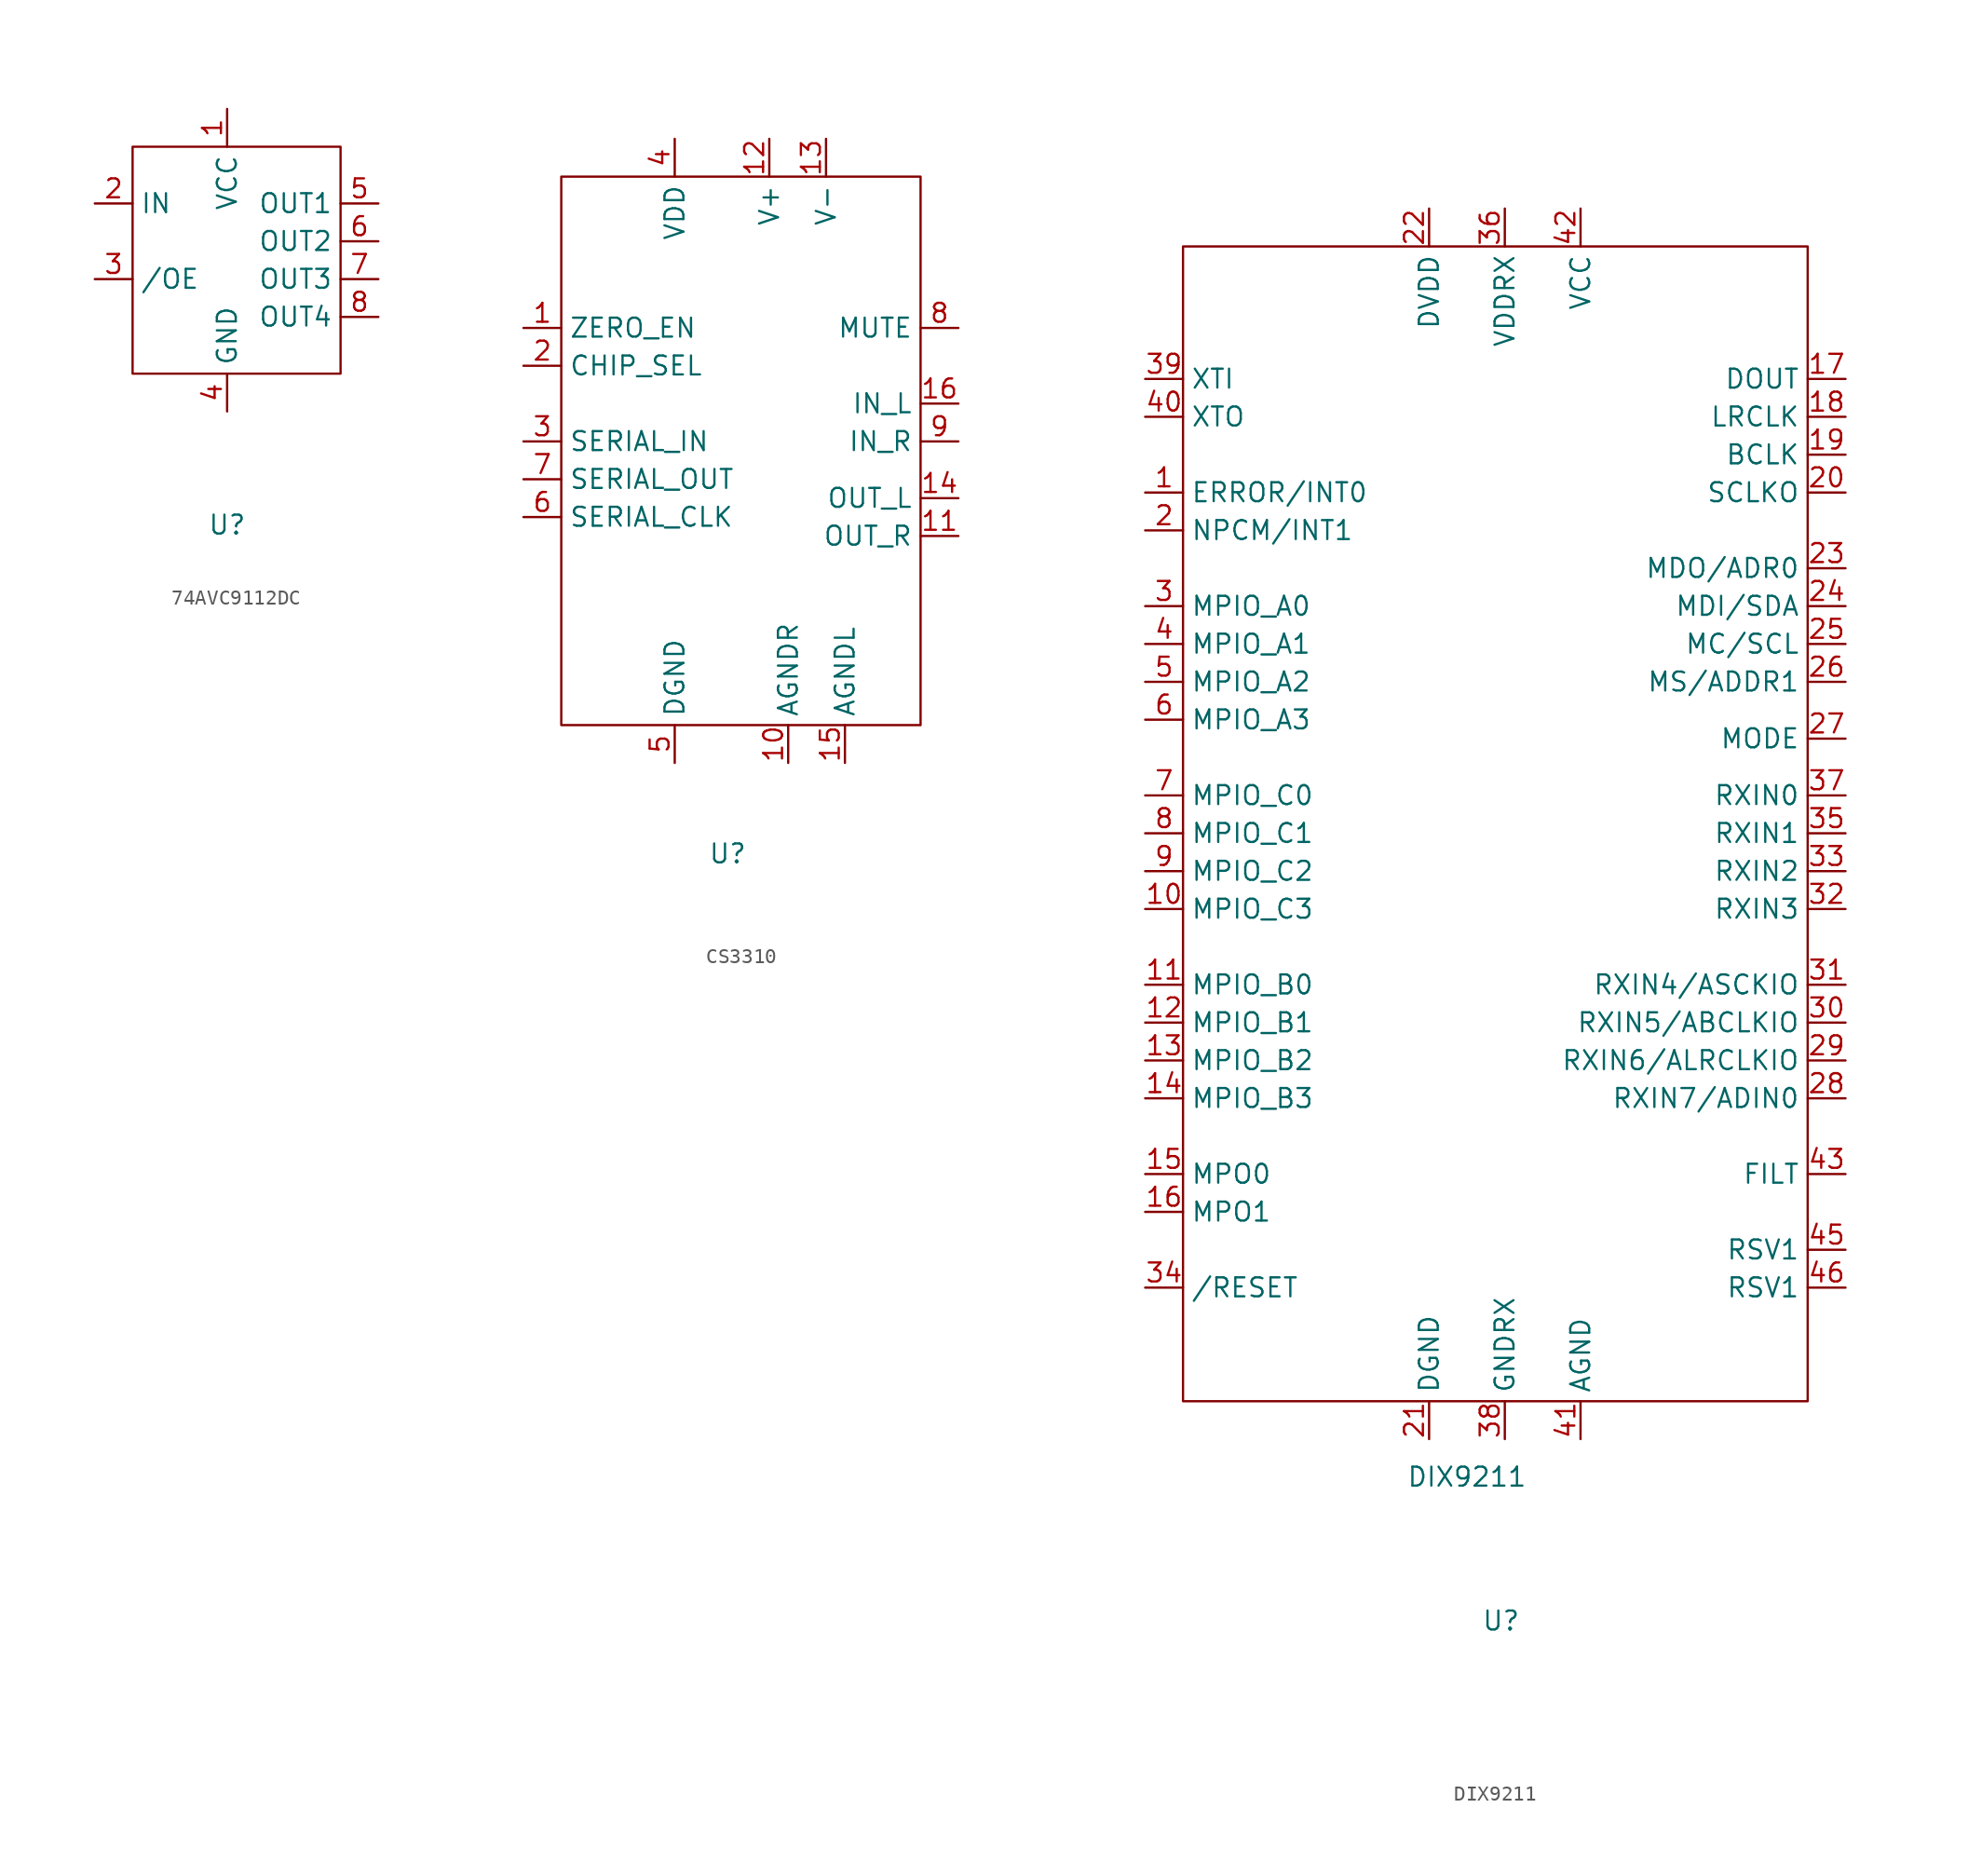
<source format=kicad_sym>
(kicad_symbol_lib
  (version 20231120)
  (generator "kicad_symbol_editor")
  (generator_version "8.0")
  (symbol "74AVC9112DC"
    (property "Reference" "U"
      (at 0 0 0)
      (effects (font (size 1.27 1.27))))
    (property "Value" ""
      (at 0 0 0)
      (effects (font (size 1.27 1.27))))
    (symbol "74AVC9112DC_0_1"
      (rectangle (start -6.35 25.4) (end 7.62 10.16) (stroke (width 0) (type default)) (fill (type none))))
    (symbol "74AVC9112DC_1_1"
      (pin input line (at 0 27.94 270) (length 2.54) (name "VCC" (effects (font (size 1.27 1.27)))) (number "1" (effects (font (size 1.27 1.27)))))
      (pin input line (at -8.89 21.59 0) (length 2.54) (name "IN" (effects (font (size 1.27 1.27)))) (number "2" (effects (font (size 1.27 1.27)))))
      (pin input line (at -8.89 16.51 0) (length 2.54) (name "/OE" (effects (font (size 1.27 1.27)))) (number "3" (effects (font (size 1.27 1.27)))))
      (pin input line (at 0 7.62 90) (length 2.54) (name "GND" (effects (font (size 1.27 1.27)))) (number "4" (effects (font (size 1.27 1.27)))))
      (pin output line (at 10.16 21.59 180) (length 2.54) (name "OUT1" (effects (font (size 1.27 1.27)))) (number "5" (effects (font (size 1.27 1.27)))))
      (pin output line (at 10.16 19.05 180) (length 2.54) (name "OUT2" (effects (font (size 1.27 1.27)))) (number "6" (effects (font (size 1.27 1.27)))))
      (pin output line (at 10.16 16.51 180) (length 2.54) (name "OUT3" (effects (font (size 1.27 1.27)))) (number "7" (effects (font (size 1.27 1.27)))))
      (pin output line (at 10.16 13.97 180) (length 2.54) (name "OUT4" (effects (font (size 1.27 1.27)))) (number "8" (effects (font (size 1.27 1.27)))))))
  (symbol "CS3310"
    (property "Reference" "U"
      (at -1.524 -6.096 0)
      (effects (font (size 1.27 1.27))))
    (property "Value" ""
      (at -1.27 0 0)
      (effects (font (size 1.27 1.27))))
    (symbol "CS3310_0_1"
      (rectangle (start -12.7 39.37) (end 11.43 2.54) (stroke (width 0) (type default)) (fill (type none))))
    (symbol "CS3310_1_1"
      (pin input line (at -15.24 29.21 0) (length 2.54) (name "ZERO_EN" (effects (font (size 1.27 1.27)))) (number "1" (effects (font (size 1.27 1.27)))))
      (pin input line (at 2.54 0 90) (length 2.54) (name "AGNDR" (effects (font (size 1.27 1.27)))) (number "10" (effects (font (size 1.27 1.27)))))
      (pin input line (at 13.97 15.24 180) (length 2.54) (name "OUT_R" (effects (font (size 1.27 1.27)))) (number "11" (effects (font (size 1.27 1.27)))))
      (pin input line (at 1.27 41.91 270) (length 2.54) (name "V+" (effects (font (size 1.27 1.27)))) (number "12" (effects (font (size 1.27 1.27)))))
      (pin input line (at 5.08 41.91 270) (length 2.54) (name "V-" (effects (font (size 1.27 1.27)))) (number "13" (effects (font (size 1.27 1.27)))))
      (pin input line (at 13.97 17.78 180) (length 2.54) (name "OUT_L" (effects (font (size 1.27 1.27)))) (number "14" (effects (font (size 1.27 1.27)))))
      (pin input line (at 6.35 0 90) (length 2.54) (name "AGNDL" (effects (font (size 1.27 1.27)))) (number "15" (effects (font (size 1.27 1.27)))))
      (pin input line (at 13.97 24.13 180) (length 2.54) (name "IN_L" (effects (font (size 1.27 1.27)))) (number "16" (effects (font (size 1.27 1.27)))))
      (pin input line (at -15.24 26.67 0) (length 2.54) (name "CHIP_SEL" (effects (font (size 1.27 1.27)))) (number "2" (effects (font (size 1.27 1.27)))))
      (pin input line (at -15.24 21.59 0) (length 2.54) (name "SERIAL_IN" (effects (font (size 1.27 1.27)))) (number "3" (effects (font (size 1.27 1.27)))))
      (pin input line (at -5.08 41.91 270) (length 2.54) (name "VDD" (effects (font (size 1.27 1.27)))) (number "4" (effects (font (size 1.27 1.27)))))
      (pin input line (at -5.08 0 90) (length 2.54) (name "DGND" (effects (font (size 1.27 1.27)))) (number "5" (effects (font (size 1.27 1.27)))))
      (pin input line (at -15.24 16.51 0) (length 2.54) (name "SERIAL_CLK" (effects (font (size 1.27 1.27)))) (number "6" (effects (font (size 1.27 1.27)))))
      (pin input line (at -15.24 19.05 0) (length 2.54) (name "SERIAL_OUT" (effects (font (size 1.27 1.27)))) (number "7" (effects (font (size 1.27 1.27)))))
      (pin input line (at 13.97 29.21 180) (length 2.54) (name "MUTE" (effects (font (size 1.27 1.27)))) (number "8" (effects (font (size 1.27 1.27)))))
      (pin input line (at 13.97 21.59 180) (length 2.54) (name "IN_R" (effects (font (size 1.27 1.27)))) (number "9" (effects (font (size 1.27 1.27)))))))
  (symbol "DIX9211"
    (property "Reference" "U"
      (at -0.254 -12.192 0)
      (effects (font (size 1.27 1.27))))
    (property "Value" "DIX9211"
      (at -2.54 -2.54 0)
      (effects (font (size 1.27 1.27))))
    (symbol "DIX9211_0_1"
      (rectangle (start -21.59 80.01) (end 20.32 2.54) (stroke (width 0) (type default)) (fill (type none))))
    (symbol "DIX9211_1_1"
      (pin input line (at -24.13 63.5 0) (length 2.54) (name "ERROR/INT0" (effects (font (size 1.27 1.27)))) (number "1" (effects (font (size 1.27 1.27)))))
      (pin input line (at -24.13 35.56 0) (length 2.54) (name "MPIO_C3" (effects (font (size 1.27 1.27)))) (number "10" (effects (font (size 1.27 1.27)))))
      (pin input line (at -24.13 30.48 0) (length 2.54) (name "MPIO_B0" (effects (font (size 1.27 1.27)))) (number "11" (effects (font (size 1.27 1.27)))))
      (pin input line (at -24.13 27.94 0) (length 2.54) (name "MPIO_B1" (effects (font (size 1.27 1.27)))) (number "12" (effects (font (size 1.27 1.27)))))
      (pin input line (at -24.13 25.4 0) (length 2.54) (name "MPIO_B2" (effects (font (size 1.27 1.27)))) (number "13" (effects (font (size 1.27 1.27)))))
      (pin input line (at -24.13 22.86 0) (length 2.54) (name "MPIO_B3" (effects (font (size 1.27 1.27)))) (number "14" (effects (font (size 1.27 1.27)))))
      (pin input line (at -24.13 17.78 0) (length 2.54) (name "MPO0" (effects (font (size 1.27 1.27)))) (number "15" (effects (font (size 1.27 1.27)))))
      (pin input line (at -24.13 15.24 0) (length 2.54) (name "MPO1" (effects (font (size 1.27 1.27)))) (number "16" (effects (font (size 1.27 1.27)))))
      (pin output line (at 22.86 71.12 180) (length 2.54) (name "DOUT" (effects (font (size 1.27 1.27)))) (number "17" (effects (font (size 1.27 1.27)))))
      (pin output line (at 22.86 68.58 180) (length 2.54) (name "LRCLK" (effects (font (size 1.27 1.27)))) (number "18" (effects (font (size 1.27 1.27)))))
      (pin output line (at 22.86 66.04 180) (length 2.54) (name "BCLK" (effects (font (size 1.27 1.27)))) (number "19" (effects (font (size 1.27 1.27)))))
      (pin input line (at -24.13 60.96 0) (length 2.54) (name "NPCM/INT1" (effects (font (size 1.27 1.27)))) (number "2" (effects (font (size 1.27 1.27)))))
      (pin output line (at 22.86 63.5 180) (length 2.54) (name "SCLKO" (effects (font (size 1.27 1.27)))) (number "20" (effects (font (size 1.27 1.27)))))
      (pin input line (at -5.08 0 90) (length 2.54) (name "DGND" (effects (font (size 1.27 1.27)))) (number "21" (effects (font (size 1.27 1.27)))))
      (pin input line (at -5.08 82.55 270) (length 2.54) (name "DVDD" (effects (font (size 1.27 1.27)))) (number "22" (effects (font (size 1.27 1.27)))))
      (pin input line (at 22.86 58.42 180) (length 2.54) (name "MDO/ADR0" (effects (font (size 1.27 1.27)))) (number "23" (effects (font (size 1.27 1.27)))))
      (pin bidirectional line (at 22.86 55.88 180) (length 2.54) (name "MDI/SDA" (effects (font (size 1.27 1.27)))) (number "24" (effects (font (size 1.27 1.27)))))
      (pin bidirectional line (at 22.86 53.34 180) (length 2.54) (name "MC/SCL" (effects (font (size 1.27 1.27)))) (number "25" (effects (font (size 1.27 1.27)))))
      (pin bidirectional line (at 22.86 50.8 180) (length 2.54) (name "MS/ADDR1" (effects (font (size 1.27 1.27)))) (number "26" (effects (font (size 1.27 1.27)))))
      (pin input line (at 22.86 46.99 180) (length 2.54) (name "MODE" (effects (font (size 1.27 1.27)))) (number "27" (effects (font (size 1.27 1.27)))))
      (pin input line (at 22.86 22.86 180) (length 2.54) (name "RXIN7/ADIN0" (effects (font (size 1.27 1.27)))) (number "28" (effects (font (size 1.27 1.27)))))
      (pin input line (at 22.86 25.4 180) (length 2.54) (name "RXIN6/ALRCLKIO" (effects (font (size 1.27 1.27)))) (number "29" (effects (font (size 1.27 1.27)))))
      (pin input line (at -24.13 55.88 0) (length 2.54) (name "MPIO_A0" (effects (font (size 1.27 1.27)))) (number "3" (effects (font (size 1.27 1.27)))))
      (pin input line (at 22.86 27.94 180) (length 2.54) (name "RXIN5/ABCLKIO" (effects (font (size 1.27 1.27)))) (number "30" (effects (font (size 1.27 1.27)))))
      (pin input line (at 22.86 30.48 180) (length 2.54) (name "RXIN4/ASCKIO" (effects (font (size 1.27 1.27)))) (number "31" (effects (font (size 1.27 1.27)))))
      (pin input line (at 22.86 35.56 180) (length 2.54) (name "RXIN3" (effects (font (size 1.27 1.27)))) (number "32" (effects (font (size 1.27 1.27)))))
      (pin input line (at 22.86 38.1 180) (length 2.54) (name "RXIN2" (effects (font (size 1.27 1.27)))) (number "33" (effects (font (size 1.27 1.27)))))
      (pin input line (at -24.13 10.16 0) (length 2.54) (name "/RESET" (effects (font (size 1.27 1.27)))) (number "34" (effects (font (size 1.27 1.27)))))
      (pin input line (at 22.86 40.64 180) (length 2.54) (name "RXIN1" (effects (font (size 1.27 1.27)))) (number "35" (effects (font (size 1.27 1.27)))))
      (pin input line (at 0 82.55 270) (length 2.54) (name "VDDRX" (effects (font (size 1.27 1.27)))) (number "36" (effects (font (size 1.27 1.27)))))
      (pin input line (at 22.86 43.18 180) (length 2.54) (name "RXIN0" (effects (font (size 1.27 1.27)))) (number "37" (effects (font (size 1.27 1.27)))))
      (pin input line (at 0 0 90) (length 2.54) (name "GNDRX" (effects (font (size 1.27 1.27)))) (number "38" (effects (font (size 1.27 1.27)))))
      (pin input line (at -24.13 71.12 0) (length 2.54) (name "XTI" (effects (font (size 1.27 1.27)))) (number "39" (effects (font (size 1.27 1.27)))))
      (pin input line (at -24.13 53.34 0) (length 2.54) (name "MPIO_A1" (effects (font (size 1.27 1.27)))) (number "4" (effects (font (size 1.27 1.27)))))
      (pin output line (at -24.13 68.58 0) (length 2.54) (name "XTO" (effects (font (size 1.27 1.27)))) (number "40" (effects (font (size 1.27 1.27)))))
      (pin input line (at 5.08 0 90) (length 2.54) (name "AGND" (effects (font (size 1.27 1.27)))) (number "41" (effects (font (size 1.27 1.27)))))
      (pin input line (at 5.08 82.55 270) (length 2.54) (name "VCC" (effects (font (size 1.27 1.27)))) (number "42" (effects (font (size 1.27 1.27)))))
      (pin input line (at 22.86 17.78 180) (length 2.54) (name "FILT" (effects (font (size 1.27 1.27)))) (number "43" (effects (font (size 1.27 1.27)))))
      (pin input line (at 22.86 12.7 180) (length 2.54) (name "RSV1" (effects (font (size 1.27 1.27)))) (number "45" (effects (font (size 1.27 1.27)))))
      (pin input line (at 22.86 10.16 180) (length 2.54) (name "RSV1" (effects (font (size 1.27 1.27)))) (number "46" (effects (font (size 1.27 1.27)))))
      (pin input line (at -24.13 50.8 0) (length 2.54) (name "MPIO_A2" (effects (font (size 1.27 1.27)))) (number "5" (effects (font (size 1.27 1.27)))))
      (pin input line (at -24.13 48.26 0) (length 2.54) (name "MPIO_A3" (effects (font (size 1.27 1.27)))) (number "6" (effects (font (size 1.27 1.27)))))
      (pin input line (at -24.13 43.18 0) (length 2.54) (name "MPIO_C0" (effects (font (size 1.27 1.27)))) (number "7" (effects (font (size 1.27 1.27)))))
      (pin input line (at -24.13 40.64 0) (length 2.54) (name "MPIO_C1" (effects (font (size 1.27 1.27)))) (number "8" (effects (font (size 1.27 1.27)))))
      (pin input line (at -24.13 38.1 0) (length 2.54) (name "MPIO_C2" (effects (font (size 1.27 1.27)))) (number "9" (effects (font (size 1.27 1.27))))))))
</source>
